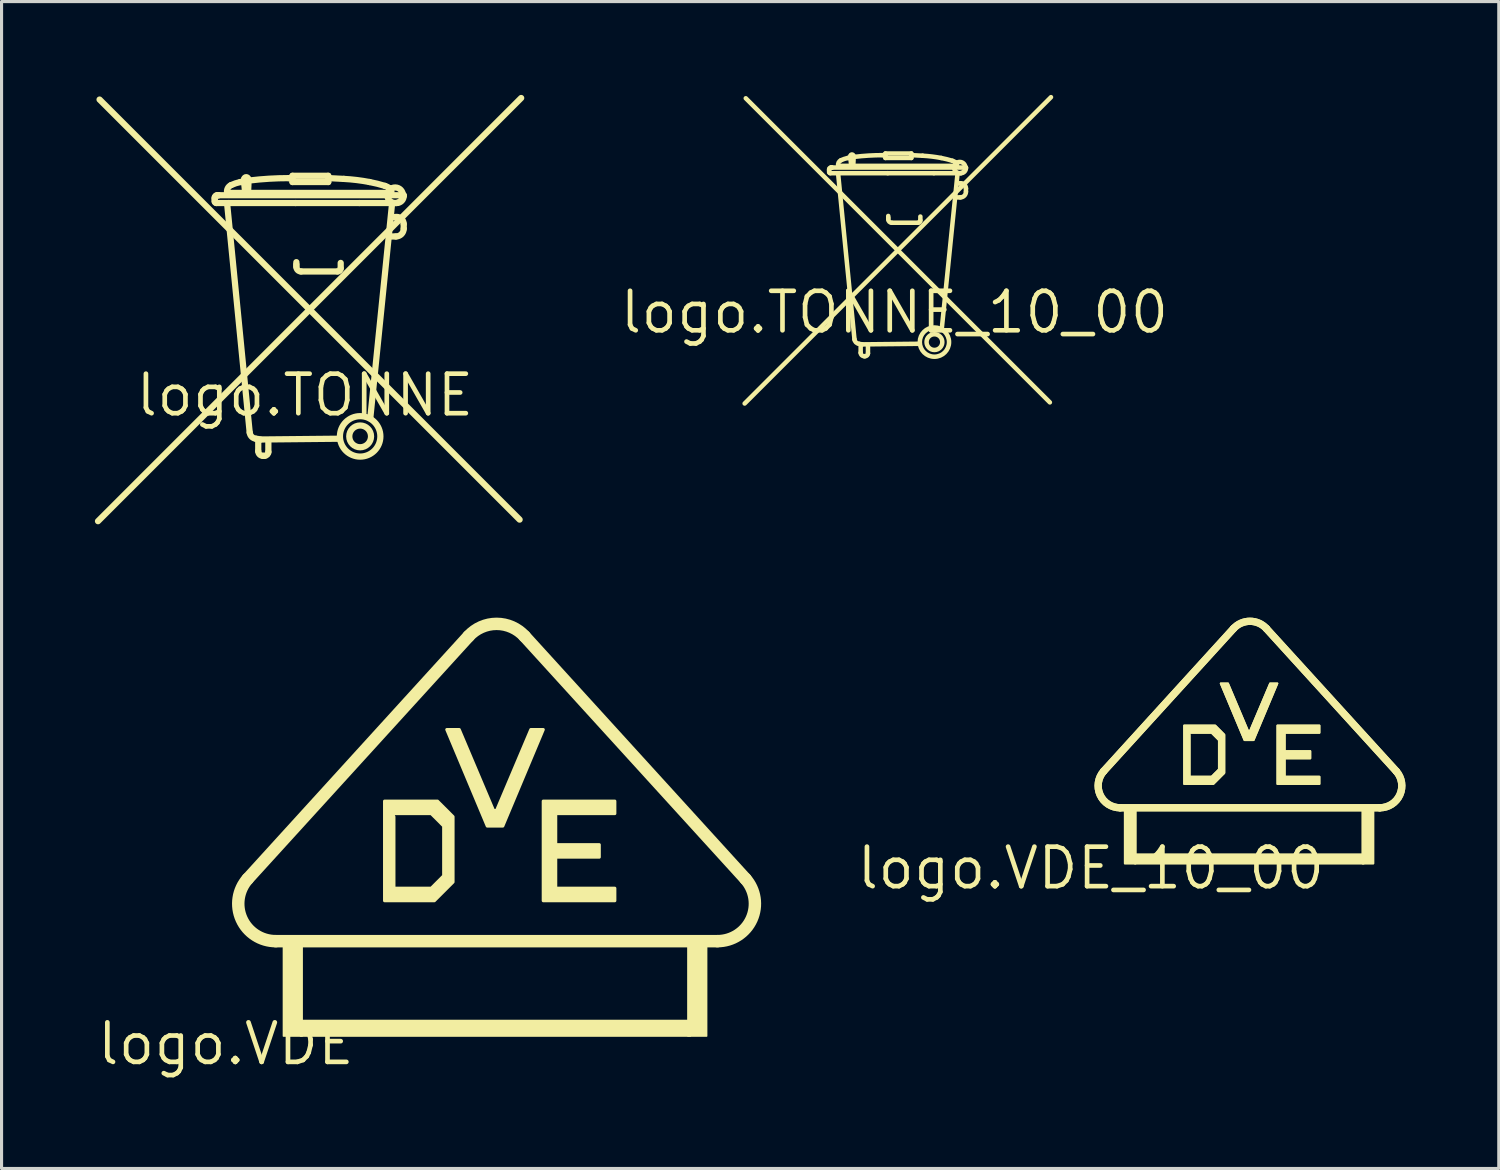
<source format=kicad_pcb>
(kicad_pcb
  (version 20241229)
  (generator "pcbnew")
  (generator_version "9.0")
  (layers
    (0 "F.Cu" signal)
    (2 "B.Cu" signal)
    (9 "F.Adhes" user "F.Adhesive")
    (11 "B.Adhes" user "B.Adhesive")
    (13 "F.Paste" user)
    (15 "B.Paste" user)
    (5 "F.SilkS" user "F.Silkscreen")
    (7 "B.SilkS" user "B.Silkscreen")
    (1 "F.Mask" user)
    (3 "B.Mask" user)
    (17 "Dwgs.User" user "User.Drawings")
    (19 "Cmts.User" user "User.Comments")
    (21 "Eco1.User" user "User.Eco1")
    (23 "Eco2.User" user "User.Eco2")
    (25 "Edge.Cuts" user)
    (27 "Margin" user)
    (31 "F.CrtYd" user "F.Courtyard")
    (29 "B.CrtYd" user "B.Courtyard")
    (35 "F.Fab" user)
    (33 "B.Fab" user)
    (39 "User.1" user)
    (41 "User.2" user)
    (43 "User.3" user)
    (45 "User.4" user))
  (footprint "logo.VDE"
    (layer "F.Cu")
    (at 4.21 30.498)
    (property "Reference" "logo.VDE" (at 0 0 0) (layer "F.SilkS") (effects (font (size 1.27 1.27) (thickness 0.15))))
    (fp_line (start 1.6 -3.3) (end 15.8 -3.3) (stroke (width 0.4) (type default)) (layer "F.SilkS"))
    (fp_line (start 7.8 -13.1) (end 0.7 -5.3) (stroke (width 0.4) (type default)) (layer "F.SilkS"))
    (fp_line (start 16.7 -5.3) (end 9.6 -13.1) (stroke (width 0.4) (type default)) (layer "F.SilkS"))
    (fp_rect (start 1.85 -0.25) (end 2.45 -3.15) (stroke (width 0.05) (type default)) (fill yes) (layer "F.SilkS"))
    (fp_rect (start 2.4 -0.25) (end 14.925 -0.75) (stroke (width 0.05) (type default)) (fill yes) (layer "F.SilkS"))
    (fp_rect (start 14.85 -0.25) (end 15.45 -3.15) (stroke (width 0.05) (type default)) (fill yes) (layer "F.SilkS"))
    (fp_arc (start 1.6 -3.3) (mid 0.503414 -4.009036) (end 0.7 -5.3) (stroke (width 0.4) (type default)) (layer "F.SilkS"))
    (fp_arc (start 7.8 -13.1) (mid 8.7 -13.4978) (end 9.6 -13.1) (stroke (width 0.4) (type default)) (layer "F.SilkS"))
    (fp_arc (start 16.7 -5.3) (mid 16.896586 -4.009036) (end 15.8 -3.3) (stroke (width 0.4) (type default)) (layer "F.SilkS"))
    (fp_poly (pts (xy 7.1 -10.1) (xy 7.5 -10.1) (xy 8.6 -7.5) (xy 8.7 -7.5) (xy 9.8 -10.1) (xy 10.2 -10.1) (xy 8.9 -7) (xy 8.4 -7)) (stroke (width 0.1) (type default)) (fill yes) (layer "F.SilkS"))
    (fp_poly (pts (xy 10.2 -4.6) (xy 10.2 -7.8) (xy 12.5 -7.8) (xy 12.5 -7.4) (xy 10.6 -7.4) (xy 10.6 -6.4) (xy 12 -6.4) (xy 12 -6) (xy 10.6 -6) (xy 10.6 -5) (xy 12.5 -5) (xy 12.5 -4.6)) (stroke (width 0.1) (type default)) (fill yes) (layer "F.SilkS"))
    (fp_poly (pts (xy 5.1 -7.8) (xy 5.1 -4.6) (xy 6.7 -4.6) (xy 7.3 -5.2) (xy 7.3 -7.3) (xy 6.8 -7.8) (xy 5.125 -7.8) (xy 5.4 -7.4) (xy 6.6 -7.4) (xy 7 -7) (xy 7 -5.4) (xy 6.6 -5) (xy 5.4 -5) (xy 5.4 -7.3)) (stroke (width 0.1) (type default)) (fill yes) (layer "F.SilkS")))
  (footprint "logo.VDE_10_00"
    (layer "F.Cu")
    (at 32.01 24.851)
    (property "Reference" "logo.VDE_10_00" (at 0 0 0) (layer "F.SilkS") (effects (font (size 1.27 1.27) (thickness 0.15))))
    (fp_line (start 0.94 -1.94) (end 9.286 -1.94) (stroke (width 0.235) (type default)) (layer "F.SilkS"))
    (fp_line (start 0.94 -1.94) (end 9.286 -1.94) (stroke (width 0.235) (type default)) (layer "F.SilkS"))
    (fp_line (start 4.584 -7.699) (end 0.411 -3.115) (stroke (width 0.235) (type default)) (layer "F.SilkS"))
    (fp_line (start 4.584 -7.699) (end 0.411 -3.115) (stroke (width 0.235) (type default)) (layer "F.SilkS"))
    (fp_line (start 9.815 -3.115) (end 5.642 -7.699) (stroke (width 0.235) (type default)) (layer "F.SilkS"))
    (fp_line (start 9.815 -3.115) (end 5.642 -7.699) (stroke (width 0.235) (type default)) (layer "F.SilkS"))
    (fp_rect (start 1.087 -0.147) (end 1.44 -1.851) (stroke (width 0.05) (type default)) (fill yes) (layer "F.SilkS"))
    (fp_rect (start 1.087 -0.147) (end 1.44 -1.851) (stroke (width 0.05) (type default)) (fill yes) (layer "F.SilkS"))
    (fp_rect (start 1.411 -0.147) (end 8.772 -0.441) (stroke (width 0.05) (type default)) (fill yes) (layer "F.SilkS"))
    (fp_rect (start 1.411 -0.147) (end 8.772 -0.441) (stroke (width 0.05) (type default)) (fill yes) (layer "F.SilkS"))
    (fp_rect (start 8.728 -0.147) (end 9.081 -1.851) (stroke (width 0.05) (type default)) (fill yes) (layer "F.SilkS"))
    (fp_rect (start 8.728 -0.147) (end 9.081 -1.851) (stroke (width 0.05) (type default)) (fill yes) (layer "F.SilkS"))
    (fp_arc (start 0.9404 -1.9395) (mid 0.295877 -2.356231) (end 0.4114 -3.115) (stroke (width 0.235) (type default)) (layer "F.SilkS"))
    (fp_arc (start 0.9404 -1.9395) (mid 0.295877 -2.356231) (end 0.4114 -3.115) (stroke (width 0.235) (type default)) (layer "F.SilkS"))
    (fp_arc (start 4.5844 -7.6994) (mid 5.11335 -7.933183) (end 5.6423 -7.6994) (stroke (width 0.235) (type default)) (layer "F.SilkS"))
    (fp_arc (start 4.5844 -7.6994) (mid 5.11335 -7.933183) (end 5.6423 -7.6994) (stroke (width 0.235) (type default)) (layer "F.SilkS"))
    (fp_arc (start 9.8152 -3.115) (mid 9.930803 -2.35625) (end 9.2863 -1.9395) (stroke (width 0.235) (type default)) (layer "F.SilkS"))
    (fp_arc (start 9.8152 -3.115) (mid 9.930803 -2.35625) (end 9.2863 -1.9395) (stroke (width 0.235) (type default)) (layer "F.SilkS"))
    (fp_poly (pts (xy 4.173 -5.936) (xy 4.408 -5.936) (xy 5.054 -4.408) (xy 5.113 -4.408) (xy 5.76 -5.936) (xy 5.995 -5.936) (xy 5.231 -4.114) (xy 4.937 -4.114)) (stroke (width 0.059) (type default)) (fill yes) (layer "F.SilkS"))
    (fp_poly (pts (xy 4.173 -5.936) (xy 4.408 -5.936) (xy 5.054 -4.408) (xy 5.113 -4.408) (xy 5.76 -5.936) (xy 5.995 -5.936) (xy 5.231 -4.114) (xy 4.937 -4.114)) (stroke (width 0.059) (type default)) (fill yes) (layer "F.SilkS"))
    (fp_poly (pts (xy 5.995 -2.704) (xy 5.995 -4.584) (xy 7.347 -4.584) (xy 7.347 -4.349) (xy 6.23 -4.349) (xy 6.23 -3.761) (xy 7.053 -3.761) (xy 7.053 -3.526) (xy 6.23 -3.526) (xy 6.23 -2.939) (xy 7.347 -2.939) (xy 7.347 -2.704)) (stroke (width 0.059) (type default)) (fill yes) (layer "F.SilkS"))
    (fp_poly (pts (xy 5.995 -2.704) (xy 5.995 -4.584) (xy 7.347 -4.584) (xy 7.347 -4.349) (xy 6.23 -4.349) (xy 6.23 -3.761) (xy 7.053 -3.761) (xy 7.053 -3.526) (xy 6.23 -3.526) (xy 6.23 -2.939) (xy 7.347 -2.939) (xy 7.347 -2.704)) (stroke (width 0.059) (type default)) (fill yes) (layer "F.SilkS"))
    (fp_poly (pts (xy 2.998 -4.584) (xy 2.998 -2.704) (xy 3.938 -2.704) (xy 4.29 -3.056) (xy 4.29 -4.29) (xy 3.997 -4.584) (xy 3.012 -4.584) (xy 3.174 -4.349) (xy 3.879 -4.349) (xy 4.114 -4.114) (xy 4.114 -3.174) (xy 3.879 -2.939) (xy 3.174 -2.939) (xy 3.174 -4.29)) (stroke (width 0.059) (type default)) (fill yes) (layer "F.SilkS"))
    (fp_poly (pts (xy 2.998 -4.584) (xy 2.998 -2.704) (xy 3.938 -2.704) (xy 4.29 -3.056) (xy 4.29 -4.29) (xy 3.997 -4.584) (xy 3.012 -4.584) (xy 3.174 -4.349) (xy 3.879 -4.349) (xy 4.114 -4.114) (xy 4.114 -3.174) (xy 3.879 -2.939) (xy 3.174 -2.939) (xy 3.174 -4.29)) (stroke (width 0.059) (type default)) (fill yes) (layer "F.SilkS")))
  (footprint "logo.TONNE_10_00"
    (layer "F.Cu")
    (at 25.697 6.986)
    (property "Reference" "logo.TONNE_10_00" (at 0 0 0) (layer "F.SilkS") (effects (font (size 1.27 1.27) (thickness 0.15))))
    (fp_line (start -4.814 2.932) (end 5.031 -6.913) (stroke (width 0.145) (type default)) (layer "F.SilkS"))
    (fp_line (start -4.778 -6.877) (end 4.995 2.896) (stroke (width 0.145) (type default)) (layer "F.SilkS"))
    (fp_line (start -2.099 -4.561) (end -2.099 -4.597) (stroke (width 0.145) (type default)) (layer "F.SilkS"))
    (fp_line (start -2.099 -4.506) (end -2.099 -4.561) (stroke (width 0.145) (type default)) (layer "F.SilkS"))
    (fp_line (start -2.045 -4.651) (end -2.027 -4.651) (stroke (width 0.145) (type default)) (layer "F.SilkS"))
    (fp_line (start -2.027 -4.651) (end -2.009 -4.651) (stroke (width 0.145) (type default)) (layer "F.SilkS"))
    (fp_line (start -2.027 -4.651) (end -2.009 -4.651) (stroke (width 0.145) (type default)) (layer "F.SilkS"))
    (fp_line (start -2.009 -4.651) (end 2.298 -4.651) (stroke (width 0.145) (type default)) (layer "F.SilkS"))
    (fp_line (start -1.81 -4.452) (end -1.285 0.869) (stroke (width 0.145) (type default)) (layer "F.SilkS"))
    (fp_line (start -1.774 -4.47) (end -2.063 -4.47) (stroke (width 0.145) (type default)) (layer "F.SilkS"))
    (fp_line (start -1.393 -4.741) (end -1.412 -4.922) (stroke (width 0.145) (type default)) (layer "F.SilkS"))
    (fp_line (start -1.086 1.068) (end -1.086 1.303) (stroke (width 0.145) (type default)) (layer "F.SilkS"))
    (fp_line (start -1.032 1.032) (end 0.796 1.013) (stroke (width 0.145) (type default)) (layer "F.SilkS"))
    (fp_line (start -0.977 1.412) (end -0.941 1.412) (stroke (width 0.145) (type default)) (layer "F.SilkS"))
    (fp_line (start -0.851 1.321) (end -0.851 1.068) (stroke (width 0.145) (type default)) (layer "F.SilkS"))
    (fp_line (start -0.29 -5.103) (end 0.543 -5.103) (stroke (width 0.145) (type default)) (layer "F.SilkS"))
    (fp_line (start -0.29 -5.049) (end -0.38 -5.049) (stroke (width 0.145) (type default)) (layer "F.SilkS"))
    (fp_line (start -0.29 -4.959) (end -0.29 -5.103) (stroke (width 0.145) (type default)) (layer "F.SilkS"))
    (fp_line (start -0.217 -4.47) (end -1.774 -4.47) (stroke (width 0.145) (type default)) (layer "F.SilkS"))
    (fp_line (start -0.199 -3.095) (end -0.199 -3.04) (stroke (width 0.145) (type default)) (layer "F.SilkS"))
    (fp_line (start -0.199 -3.04) (end -0.199 -2.986) (stroke (width 0.145) (type default)) (layer "F.SilkS"))
    (fp_line (start -0.09 -2.877) (end 0.76 -2.877) (stroke (width 0.145) (type default)) (layer "F.SilkS"))
    (fp_line (start 0.543 -5.103) (end 0.543 -4.959) (stroke (width 0.145) (type default)) (layer "F.SilkS"))
    (fp_line (start 0.543 -4.959) (end -0.29 -4.959) (stroke (width 0.145) (type default)) (layer "F.SilkS"))
    (fp_line (start 0.561 -5.049) (end 0.905 -5.031) (stroke (width 0.145) (type default)) (layer "F.SilkS"))
    (fp_line (start 0.833 -2.95) (end 0.833 -3.076) (stroke (width 0.145) (type default)) (layer "F.SilkS"))
    (fp_line (start 1.267 -4.47) (end -0.217 -4.47) (stroke (width 0.145) (type default)) (layer "F.SilkS"))
    (fp_line (start 1.52 0.543) (end 2.027 -4.452) (stroke (width 0.145) (type default)) (layer "F.SilkS"))
    (fp_line (start 1.954 -4.705) (end -1.792 -4.705) (stroke (width 0.145) (type default)) (layer "F.SilkS"))
    (fp_line (start 1.991 -3.692) (end 2.117 -3.692) (stroke (width 0.145) (type default)) (layer "F.SilkS"))
    (fp_line (start 2.135 -4.47) (end 1.267 -4.47) (stroke (width 0.145) (type default)) (layer "F.SilkS"))
    (fp_line (start 2.298 -4.651) (end 2.298 -4.633) (stroke (width 0.145) (type default)) (layer "F.SilkS"))
    (fp_line (start 2.298 -3.873) (end 2.298 -3.981) (stroke (width 0.145) (type default)) (layer "F.SilkS"))
    (fp_arc (start -2.0993 -4.5967) (mid -2.08339 -4.635061) (end -2.045 -4.6509) (stroke (width 0.1448) (type default)) (layer "F.SilkS"))
    (fp_arc (start -2.0631 -4.47) (mid -2.088697 -4.480603) (end -2.0993 -4.5062) (stroke (width 0.1448) (type default)) (layer "F.SilkS"))
    (fp_arc (start -1.8097 -4.7052) (mid -1.796168 -4.811559) (end -1.7192 -4.8862) (stroke (width 0.1448) (type default)) (layer "F.SilkS"))
    (fp_arc (start -1.7192 -4.8862) (mid -1.612667 -4.928449) (end -1.5021 -4.9586) (stroke (width 0.1448) (type default)) (layer "F.SilkS"))
    (fp_arc (start -1.5021 -4.9586) (mid -1.39391 -4.97916) (end -1.2849 -4.9948) (stroke (width 0.1448) (type default)) (layer "F.SilkS"))
    (fp_arc (start -1.4116 -5.031) (mid -1.36635 -5.071883) (end -1.3211 -5.031) (stroke (width 0.1448) (type default)) (layer "F.SilkS"))
    (fp_arc (start -1.4116 -4.9224) (mid -1.414308 -4.9767) (end -1.4116 -5.031) (stroke (width 0.1448) (type default)) (layer "F.SilkS"))
    (fp_arc (start -1.3211 -5.031) (mid -1.314275 -4.89525) (end -1.3211 -4.7595) (stroke (width 0.1448) (type default)) (layer "F.SilkS"))
    (fp_arc (start -1.2849 -4.9948) (mid -0.833264 -5.035511) (end -0.38 -5.0491) (stroke (width 0.1448) (type default)) (layer "F.SilkS"))
    (fp_arc (start -1.1401 1.0134) (mid -1.23838 0.966948) (end -1.2849 0.8687) (stroke (width 0.1448) (type default)) (layer "F.SilkS"))
    (fp_arc (start -1.1401 1.0134) (mid -1.085498 1.020636) (end -1.0315 1.0315) (stroke (width 0.1448) (type default)) (layer "F.SilkS"))
    (fp_arc (start -0.9772 1.4116) (mid -1.053992 1.379792) (end -1.0858 1.303) (stroke (width 0.1448) (type default)) (layer "F.SilkS"))
    (fp_arc (start -0.8506 1.3211) (mid -0.877071 1.385058) (end -0.941 1.4116) (stroke (width 0.1448) (type default)) (layer "F.SilkS"))
    (fp_arc (start -0.0905 -2.8774) (mid -0.167292 -2.909208) (end -0.1991 -2.986) (stroke (width 0.1448) (type default)) (layer "F.SilkS"))
    (fp_arc (start 0.8325 -2.9498) (mid 0.811295 -2.898605) (end 0.7601 -2.8774) (stroke (width 0.1448) (type default)) (layer "F.SilkS"))
    (fp_arc (start 0.9049 -5.031) (mid 1.204732 -5.004963) (end 1.5021 -4.9586) (stroke (width 0.1448) (type default)) (layer "F.SilkS"))
    (fp_arc (start 1.5021 -4.9586) (mid 1.684324 -4.918446) (end 1.864 -4.8681) (stroke (width 0.1448) (type default)) (layer "F.SilkS"))
    (fp_arc (start 1.864 -4.8681) (mid 1.92051 -4.84537) (end 1.9726 -4.8138) (stroke (width 0.1448) (type default)) (layer "F.SilkS"))
    (fp_arc (start 1.9726 -4.8138) (mid 2.00818 -4.765327) (end 2.0088 -4.7052) (stroke (width 0.1448) (type default)) (layer "F.SilkS"))
    (fp_arc (start 2.0993 -4.1442) (mid 2.0631 -4.140576) (end 2.0269 -4.1442) (stroke (width 0.1448) (type default)) (layer "F.SilkS"))
    (fp_arc (start 2.0993 -4.1442) (mid 2.237376 -4.109954) (end 2.2983 -3.9814) (stroke (width 0.1448) (type default)) (layer "F.SilkS"))
    (fp_arc (start 2.2983 -4.6328) (mid 2.250617 -4.517683) (end 2.1355 -4.47) (stroke (width 0.1448) (type default)) (layer "F.SilkS"))
    (fp_arc (start 2.2983 -3.8728) (mid 2.245336 -3.744834) (end 2.1174 -3.6918) (stroke (width 0.1448) (type default)) (layer "F.SilkS"))
    (fp_circle (center 1.285 0.959) (end 1.538 0.959) (stroke (width 0.145) (type default)) (fill no) (layer "F.SilkS"))
    (fp_circle (center 1.285 0.959) (end 1.755 0.959) (stroke (width 0.145) (type default)) (fill no) (layer "F.SilkS"))
    (fp_circle (center 2.099 -4.651) (end 2.28 -4.651) (stroke (width 0.145) (type default)) (fill no) (layer "F.SilkS")))
  (footprint "logo.TONNE"
    (layer "F.Cu")
    (at 6.75 9.65)
    (property "Reference" "logo.TONNE" (at 0 0 0) (layer "F.SilkS") (effects (font (size 1.27 1.27) (thickness 0.15))))
    (fp_line (start -6.65 4.05) (end 6.95 -9.55) (stroke (width 0.2) (type default)) (layer "F.SilkS"))
    (fp_line (start -6.6 -9.5) (end 6.9 4) (stroke (width 0.2) (type default)) (layer "F.SilkS"))
    (fp_line (start -2.9 -6.3) (end -2.9 -6.35) (stroke (width 0.2) (type default)) (layer "F.SilkS"))
    (fp_line (start -2.9 -6.225) (end -2.9 -6.3) (stroke (width 0.2) (type default)) (layer "F.SilkS"))
    (fp_line (start -2.825 -6.425) (end -2.8 -6.425) (stroke (width 0.2) (type default)) (layer "F.SilkS"))
    (fp_line (start -2.8 -6.425) (end -2.775 -6.425) (stroke (width 0.2) (type default)) (layer "F.SilkS"))
    (fp_line (start -2.8 -6.425) (end -2.775 -6.425) (stroke (width 0.2) (type default)) (layer "F.SilkS"))
    (fp_line (start -2.775 -6.425) (end 3.175 -6.425) (stroke (width 0.2) (type default)) (layer "F.SilkS"))
    (fp_line (start -2.5 -6.15) (end -1.775 1.2) (stroke (width 0.2) (type default)) (layer "F.SilkS"))
    (fp_line (start -2.45 -6.175) (end -2.85 -6.175) (stroke (width 0.2) (type default)) (layer "F.SilkS"))
    (fp_line (start -1.925 -6.55) (end -1.95 -6.8) (stroke (width 0.2) (type default)) (layer "F.SilkS"))
    (fp_line (start -1.5 1.475) (end -1.5 1.8) (stroke (width 0.2) (type default)) (layer "F.SilkS"))
    (fp_line (start -1.425 1.425) (end 1.1 1.4) (stroke (width 0.2) (type default)) (layer "F.SilkS"))
    (fp_line (start -1.35 1.95) (end -1.3 1.95) (stroke (width 0.2) (type default)) (layer "F.SilkS"))
    (fp_line (start -1.175 1.825) (end -1.175 1.475) (stroke (width 0.2) (type default)) (layer "F.SilkS"))
    (fp_line (start -0.4 -7.05) (end 0.75 -7.05) (stroke (width 0.2) (type default)) (layer "F.SilkS"))
    (fp_line (start -0.4 -6.975) (end -0.525 -6.975) (stroke (width 0.2) (type default)) (layer "F.SilkS"))
    (fp_line (start -0.4 -6.85) (end -0.4 -7.05) (stroke (width 0.2) (type default)) (layer "F.SilkS"))
    (fp_line (start -0.3 -6.175) (end -2.45 -6.175) (stroke (width 0.2) (type default)) (layer "F.SilkS"))
    (fp_line (start -0.275 -4.275) (end -0.275 -4.2) (stroke (width 0.2) (type default)) (layer "F.SilkS"))
    (fp_line (start -0.275 -4.2) (end -0.275 -4.125) (stroke (width 0.2) (type default)) (layer "F.SilkS"))
    (fp_line (start -0.125 -3.975) (end 1.05 -3.975) (stroke (width 0.2) (type default)) (layer "F.SilkS"))
    (fp_line (start 0.75 -7.05) (end 0.75 -6.85) (stroke (width 0.2) (type default)) (layer "F.SilkS"))
    (fp_line (start 0.75 -6.85) (end -0.4 -6.85) (stroke (width 0.2) (type default)) (layer "F.SilkS"))
    (fp_line (start 0.775 -6.975) (end 1.25 -6.95) (stroke (width 0.2) (type default)) (layer "F.SilkS"))
    (fp_line (start 1.15 -4.075) (end 1.15 -4.25) (stroke (width 0.2) (type default)) (layer "F.SilkS"))
    (fp_line (start 1.75 -6.175) (end -0.3 -6.175) (stroke (width 0.2) (type default)) (layer "F.SilkS"))
    (fp_line (start 2.1 0.75) (end 2.8 -6.15) (stroke (width 0.2) (type default)) (layer "F.SilkS"))
    (fp_line (start 2.7 -6.5) (end -2.475 -6.5) (stroke (width 0.2) (type default)) (layer "F.SilkS"))
    (fp_line (start 2.75 -5.1) (end 2.925 -5.1) (stroke (width 0.2) (type default)) (layer "F.SilkS"))
    (fp_line (start 2.95 -6.175) (end 1.75 -6.175) (stroke (width 0.2) (type default)) (layer "F.SilkS"))
    (fp_line (start 3.175 -6.425) (end 3.175 -6.4) (stroke (width 0.2) (type default)) (layer "F.SilkS"))
    (fp_line (start 3.175 -5.35) (end 3.175 -5.5) (stroke (width 0.2) (type default)) (layer "F.SilkS"))
    (fp_arc (start -2.9 -6.35) (mid -2.878033 -6.403033) (end -2.825 -6.425) (stroke (width 0.2) (type default)) (layer "F.SilkS"))
    (fp_arc (start -2.85 -6.175) (mid -2.885355 -6.189645) (end -2.9 -6.225) (stroke (width 0.2) (type default)) (layer "F.SilkS"))
    (fp_arc (start -2.5 -6.5) (mid -2.481293 -6.646896) (end -2.375 -6.75) (stroke (width 0.2) (type default)) (layer "F.SilkS"))
    (fp_arc (start -2.375 -6.75) (mid -2.227786 -6.808358) (end -2.075 -6.85) (stroke (width 0.2) (type default)) (layer "F.SilkS"))
    (fp_arc (start -2.075 -6.85) (mid -1.925566 -6.878397) (end -1.775 -6.9) (stroke (width 0.2) (type default)) (layer "F.SilkS"))
    (fp_arc (start -1.95 -6.95) (mid -1.8875 -7.006517) (end -1.825 -6.95) (stroke (width 0.2) (type default)) (layer "F.SilkS"))
    (fp_arc (start -1.95 -6.8) (mid -1.953741 -6.875) (end -1.95 -6.95) (stroke (width 0.2) (type default)) (layer "F.SilkS"))
    (fp_arc (start -1.825 -6.95) (mid -1.815574 -6.7625) (end -1.825 -6.575) (stroke (width 0.2) (type default)) (layer "F.SilkS"))
    (fp_arc (start -1.775 -6.9) (mid -1.151124 -6.956233) (end -0.525 -6.975) (stroke (width 0.2) (type default)) (layer "F.SilkS"))
    (fp_arc (start -1.575 1.4) (mid -1.710769 1.335769) (end -1.775 1.2) (stroke (width 0.2) (type default)) (layer "F.SilkS"))
    (fp_arc (start -1.575 1.4) (mid -1.499582 1.409995) (end -1.425 1.425) (stroke (width 0.2) (type default)) (layer "F.SilkS"))
    (fp_arc (start -1.35 1.95) (mid -1.456066 1.906066) (end -1.5 1.8) (stroke (width 0.2) (type default)) (layer "F.SilkS"))
    (fp_arc (start -1.175 1.825) (mid -1.211612 1.913388) (end -1.3 1.95) (stroke (width 0.2) (type default)) (layer "F.SilkS"))
    (fp_arc (start -0.125 -3.975) (mid -0.231066 -4.018934) (end -0.275 -4.125) (stroke (width 0.2) (type default)) (layer "F.SilkS"))
    (fp_arc (start 1.15 -4.075) (mid 1.120711 -4.004289) (end 1.05 -3.975) (stroke (width 0.2) (type default)) (layer "F.SilkS"))
    (fp_arc (start 1.25 -6.95) (mid 1.664202 -6.91404) (end 2.075 -6.85) (stroke (width 0.2) (type default)) (layer "F.SilkS"))
    (fp_arc (start 2.075 -6.85) (mid 2.32676 -6.79454) (end 2.575 -6.725) (stroke (width 0.2) (type default)) (layer "F.SilkS"))
    (fp_arc (start 2.575 -6.725) (mid 2.653052 -6.693604) (end 2.725 -6.65) (stroke (width 0.2) (type default)) (layer "F.SilkS"))
    (fp_arc (start 2.725 -6.65) (mid 2.774147 -6.583049) (end 2.775 -6.5) (stroke (width 0.2) (type default)) (layer "F.SilkS"))
    (fp_arc (start 2.9 -5.725) (mid 2.85 -5.719996) (end 2.8 -5.725) (stroke (width 0.2) (type default)) (layer "F.SilkS"))
    (fp_arc (start 2.9 -5.725) (mid 3.090811 -5.677658) (end 3.175 -5.5) (stroke (width 0.2) (type default)) (layer "F.SilkS"))
    (fp_arc (start 3.175 -6.4) (mid 3.109099 -6.240901) (end 2.95 -6.175) (stroke (width 0.2) (type default)) (layer "F.SilkS"))
    (fp_arc (start 3.175 -5.35) (mid 3.101777 -5.173223) (end 2.925 -5.1) (stroke (width 0.2) (type default)) (layer "F.SilkS"))
    (fp_circle (center 1.775 1.325) (end 2.125 1.325) (stroke (width 0.2) (type default)) (fill no) (layer "F.SilkS"))
    (fp_circle (center 1.775 1.325) (end 2.425 1.325) (stroke (width 0.2) (type default)) (fill no) (layer "F.SilkS"))
    (fp_circle (center 2.9 -6.425) (end 3.15 -6.425) (stroke (width 0.2) (type default)) (fill no) (layer "F.SilkS")))
  (gr_rect
    (start -3 -3)
    (end 45.12 34.504)
    (stroke (width 0.1) (type default))
    (fill no)
    (layer "Edge.Cuts")))
</source>
